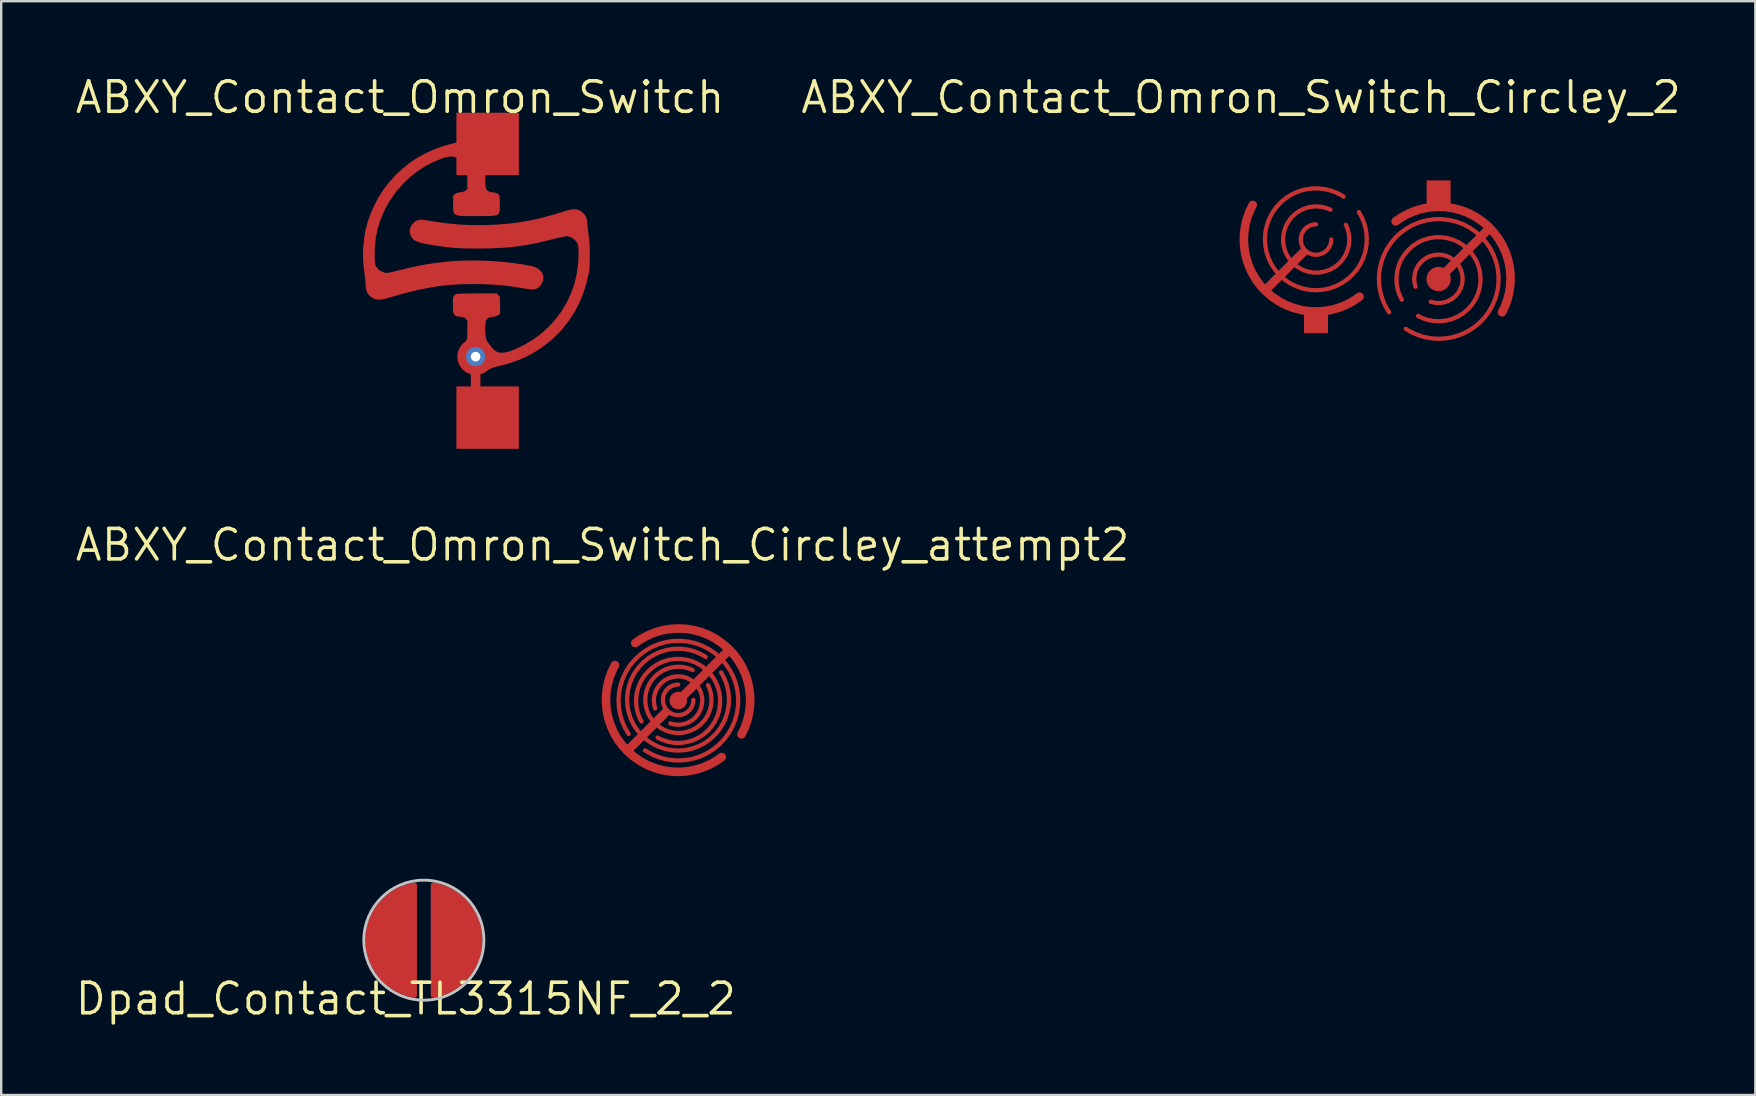
<source format=kicad_pcb>
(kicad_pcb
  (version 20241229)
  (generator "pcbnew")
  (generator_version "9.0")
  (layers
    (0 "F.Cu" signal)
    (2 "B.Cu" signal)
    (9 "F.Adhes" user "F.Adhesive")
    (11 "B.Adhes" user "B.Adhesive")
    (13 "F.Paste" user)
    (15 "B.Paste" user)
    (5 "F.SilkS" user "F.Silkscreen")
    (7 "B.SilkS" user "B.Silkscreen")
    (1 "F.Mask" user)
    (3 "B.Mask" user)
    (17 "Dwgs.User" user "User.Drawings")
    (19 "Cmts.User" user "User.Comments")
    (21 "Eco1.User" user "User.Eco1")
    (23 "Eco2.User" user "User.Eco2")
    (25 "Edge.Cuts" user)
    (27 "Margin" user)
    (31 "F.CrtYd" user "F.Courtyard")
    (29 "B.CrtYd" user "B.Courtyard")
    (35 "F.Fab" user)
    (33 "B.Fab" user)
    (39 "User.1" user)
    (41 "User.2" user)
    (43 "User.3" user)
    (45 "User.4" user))
  (footprint "Dpad_Contact_TL3315NF_2_2"
    (layer "F.Cu")
    (at 14.607 36.116)
    (property "Reference" "Dpad_Contact_TL3315NF_2_2" (at -0.751 2.442 0) (layer "F.SilkS") (effects (font (size 1.27 1.27) (thickness 0.15))))
    (attr through_hole)
    (fp_circle (center 0 0) (end 2.53 -0.05) (stroke (width 0.12) (type solid)) (fill yes) (layer "F.Mask"))
    (fp_circle (center 0 0) (end 0 -2.5) (stroke (width 0.12) (type solid)) (fill no) (layer "Dwgs.User"))
    (pad "1" smd custom (at 1.632 0 90) (size 1.524 1.524) (layers "F.Cu" "F.Mask" "F.Paste") (options (anchor circle)) (primitives (gr_poly (pts (xy 2.304 -1.248) (xy 2.278 -1.1) (xy 2.193 -0.813) (xy 2.072 -0.539) (xy 1.917 -0.283) (xy 1.731 -0.048) (xy 1.515 0.16) (xy 1.275 0.34) (xy 1.014 0.487) (xy 0.737 0.6) (xy 0.447 0.676) (xy 0.15 0.714) (xy -0.15 0.714) (xy -0.447 0.676) (xy -0.737 0.6) (xy -1.014 0.487) (xy -1.275 0.34) (xy -1.515 0.16) (xy -1.731 -0.048) (xy -1.917 -0.283) (xy -2.072 -0.539) (xy -2.193 -0.813) (xy -2.278 -1.1) (xy -2.304 -1.248)) (width 0.192) (fill yes))))
    (pad "2" smd custom (at -1.632 0 90) (size 1.524 1.524) (layers "F.Cu" "F.Mask" "F.Paste") (options (anchor circle)) (primitives (gr_poly (pts (xy 2.304 1.248) (xy 2.278 1.1) (xy 2.193 0.813) (xy 2.072 0.539) (xy 1.917 0.283) (xy 1.731 0.048) (xy 1.515 -0.16) (xy 1.275 -0.34) (xy 1.014 -0.487) (xy 0.737 -0.6) (xy 0.447 -0.676) (xy 0.15 -0.714) (xy -0.15 -0.714) (xy -0.447 -0.676) (xy -0.737 -0.6) (xy -1.014 -0.487) (xy -1.275 -0.34) (xy -1.515 -0.16) (xy -1.731 0.048) (xy -1.917 0.283) (xy -2.072 0.539) (xy -2.193 0.813) (xy -2.278 1.1) (xy -2.304 1.248)) (width 0.192) (fill yes))))
    (zone (net_name "") (layer "F.Cu") (hatch edge 0.5) (connect_pads) (min_thickness 0.25) (filled_areas_thickness no) (keepout (tracks allowed) (vias allowed) (pads allowed) (copperpour not_allowed) (footprints allowed)) (placement (enabled no)) (fill) (polygon (pts (xy 14.107 33.116) (xy 15.107 33.116) (xy 15.107 39.116) (xy 14.107 39.116)))))
  (footprint "ABXY_Contact_Omron_Switch"
    (layer "F.Cu")
    (at 16.764 7.506)
    (property "Reference" "ABXY_Contact_Omron_Switch" (at -3.15 -6.5 0) (layer "F.SilkS") (effects (font (size 1.27 1.27) (thickness 0.15))))
    (attr through_hole)
    (fp_rect (start -0.8 -5.86) (end 1.8 -3.26) (stroke (width 0) (type solid)) (fill yes) (layer "F.Mask"))
    (fp_rect (start -0.8 5.54) (end 1.8 8.14) (stroke (width 0) (type solid)) (fill yes) (layer "F.Mask"))
    (fp_circle (center 0 0) (end 3.5 0) (stroke (width 0.12) (type solid)) (fill yes) (layer "F.Mask"))
    (pad "1" smd custom (at 0 -4.2) (size 1.524 1.524) (layers "F.Cu" "F.Mask" "F.Paste") (options (anchor circle)) (primitives (gr_rect (start -0.8 -1.66) (end 1.8 0.94) (width 0) (fill yes)) (gr_poly (pts (xy 0.252 -0.691) (xy 0.406 -0.622) (xy 0.542 -0.517) (xy 0.562 -0.495) (xy 0.646 -0.394) (xy 0.702 -0.297) (xy 0.735 -0.19) (xy 0.749 -0.061) (xy 0.75 0.007) (xy 0.748 0.108) (xy 0.742 0.179) (xy 0.729 0.235) (xy 0.707 0.289) (xy 0.694 0.315) (xy 0.647 0.392) (xy 0.588 0.478) (xy 0.55 0.527) (xy 0.494 0.603) (xy 0.453 0.683) (xy 0.424 0.775) (xy 0.407 0.887) (xy 0.398 1.027) (xy 0.396 1.134) (xy 0.398 1.282) (xy 0.406 1.394) (xy 0.423 1.478) (xy 0.451 1.54) (xy 0.49 1.586) (xy 0.532 1.616) (xy 0.614 1.648) (xy 0.697 1.659) (xy 0.796 1.671) (xy 0.884 1.701) (xy 0.951 1.746) (xy 0.987 1.799) (xy 0.987 1.8) (xy 0.993 1.842) (xy 0.998 1.917) (xy 1.002 2.016) (xy 1.004 2.128) (xy 1.004 2.167) (xy 1.004 2.278) (xy 1.003 2.371) (xy 0.996 2.447) (xy 0.98 2.506) (xy 0.952 2.552) (xy 0.907 2.587) (xy 0.842 2.61) (xy 0.754 2.626) (xy 0.638 2.635) (xy 0.492 2.639) (xy 0.311 2.641) (xy 0.092 2.641) (xy 0.051 2.641) (xy -0.178 2.642) (xy -0.369 2.641) (xy -0.525 2.638) (xy -0.649 2.63) (xy -0.745 2.615) (xy -0.817 2.592) (xy -0.867 2.558) (xy -0.901 2.512) (xy -0.921 2.451) (xy -0.93 2.375) (xy -0.933 2.28) (xy -0.933 2.166) (xy -0.933 2.119) (xy -0.933 1.803) (xy -0.874 1.744) (xy -0.791 1.69) (xy -0.725 1.672) (xy -0.642 1.659) (xy -0.556 1.647) (xy -0.548 1.645) (xy -0.451 1.612) (xy -0.399 1.573) (xy -0.34 1.514) (xy -0.341 1.136) (xy -0.342 0.974) (xy -0.349 0.846) (xy -0.363 0.742) (xy -0.389 0.656) (xy -0.429 0.577) (xy -0.486 0.498) (xy -0.564 0.409) (xy -0.632 0.338) (xy -0.732 0.248) (xy -0.835 0.189) (xy -0.946 0.16) (xy -1.073 0.159) (xy -1.221 0.185) (xy -1.372 0.23) (xy -1.74 0.375) (xy -2.094 0.558) (xy -2.43 0.777) (xy -2.747 1.028) (xy -3.041 1.309) (xy -3.308 1.616) (xy -3.545 1.948) (xy -3.75 2.302) (xy -3.809 2.421) (xy -3.966 2.79) (xy -4.083 3.164) (xy -4.162 3.547) (xy -4.204 3.944) (xy -4.21 4.339) (xy -4.207 4.463) (xy -4.203 4.554) (xy -4.196 4.619) (xy -4.186 4.667) (xy -4.171 4.707) (xy -4.151 4.747) (xy -4.15 4.748) (xy -4.064 4.86) (xy -3.949 4.946) (xy -3.816 5.001) (xy -3.8 5.005) (xy -3.762 5.013) (xy -3.727 5.017) (xy -3.688 5.018) (xy -3.641 5.013) (xy -3.578 5.001) (xy -3.495 4.983) (xy -3.385 4.957) (xy -3.243 4.922) (xy -3.159 4.901) (xy -2.824 4.82) (xy -2.519 4.751) (xy -2.233 4.694) (xy -1.956 4.646) (xy -1.677 4.605) (xy -1.386 4.569) (xy -1.208 4.55) (xy -0.789 4.517) (xy -0.345 4.501) (xy 0.114 4.502) (xy 0.58 4.518) (xy 1.042 4.55) (xy 1.493 4.596) (xy 1.922 4.657) (xy 2.322 4.731) (xy 2.365 4.741) (xy 2.513 4.79) (xy 2.635 4.865) (xy 2.73 4.961) (xy 2.792 5.074) (xy 2.817 5.2) (xy 2.817 5.212) (xy 2.8 5.339) (xy 2.751 5.458) (xy 2.677 5.561) (xy 2.584 5.641) (xy 2.478 5.689) (xy 2.457 5.694) (xy 2.387 5.698) (xy 2.281 5.692) (xy 2.138 5.675) (xy 1.956 5.648) (xy 1.776 5.617) (xy 1.423 5.562) (xy 1.039 5.52) (xy 0.633 5.491) (xy 0.214 5.475) (xy -0.208 5.472) (xy -0.624 5.481) (xy -1.024 5.505) (xy -1.4 5.542) (xy -1.42 5.544) (xy -1.774 5.596) (xy -2.153 5.666) (xy -2.543 5.75) (xy -2.931 5.845) (xy -3.303 5.95) (xy -3.462 5.999) (xy -3.665 6.059) (xy -3.835 6.099) (xy -3.977 6.119) (xy -4.093 6.121) (xy -4.189 6.104) (xy -4.252 6.078) (xy -4.388 5.986) (xy -4.487 5.873) (xy -4.549 5.738) (xy -4.576 5.582) (xy -4.577 5.533) (xy -4.58 5.448) (xy -4.589 5.337) (xy -4.601 5.213) (xy -4.617 5.092) (xy -4.655 4.792) (xy -4.679 4.523) (xy -4.688 4.274) (xy -4.684 4.038) (xy -4.678 3.95) (xy -4.639 3.568) (xy -4.575 3.212) (xy -4.485 2.871) (xy -4.365 2.535) (xy -4.226 2.219) (xy -4.051 1.884) (xy -3.86 1.579) (xy -3.645 1.293) (xy -3.398 1.014) (xy -3.304 0.917) (xy -3.039 0.669) (xy -2.77 0.452) (xy -2.488 0.26) (xy -2.18 0.084) (xy -2.002 -0.005) (xy -1.796 -0.099) (xy -1.594 -0.181) (xy -1.383 -0.253) (xy -1.152 -0.321) (xy -0.943 -0.375) (xy -0.786 -0.416) (xy -0.665 -0.453) (xy -0.573 -0.487) (xy -0.506 -0.521) (xy -0.499 -0.526) (xy -0.386 -0.595) (xy -0.299 -0.644) (xy -0.227 -0.677) (xy -0.163 -0.698) (xy -0.095 -0.712) (xy -0.094 -0.713) (xy 0.084 -0.722) (xy 0.252 -0.691)) (width 0.01) (fill yes))))
    (pad "2" thru_hole circle (at 0 4.3) (size 0.8 0.8) (drill 0.4) (layers "*.Cu" "*.Mask"))
    (pad "2" smd custom (at 0 4.3) (size 1.524 1.524) (layers "F.Cu" "F.Mask" "F.Paste") (options (anchor circle)) (primitives (gr_line (start 0 0) (end 0 2) (width 0.4)) (gr_rect (start -0.8 1.24) (end 1.8 3.84) (width 0) (fill yes)) (gr_poly (pts (xy 4.221 -6.125) (xy 4.302 -6.099) (xy 4.377 -6.056) (xy 4.451 -5.996) (xy 4.472 -5.977) (xy 4.532 -5.914) (xy 4.576 -5.852) (xy 4.608 -5.781) (xy 4.63 -5.693) (xy 4.646 -5.578) (xy 4.656 -5.462) (xy 4.668 -5.333) (xy 4.683 -5.196) (xy 4.699 -5.069) (xy 4.713 -4.98) (xy 4.726 -4.897) (xy 4.735 -4.804) (xy 4.742 -4.694) (xy 4.747 -4.56) (xy 4.749 -4.396) (xy 4.75 -4.238) (xy 4.749 -4.063) (xy 4.748 -3.923) (xy 4.745 -3.809) (xy 4.739 -3.715) (xy 4.732 -3.633) (xy 4.721 -3.555) (xy 4.707 -3.473) (xy 4.703 -3.452) (xy 4.596 -3) (xy 4.453 -2.568) (xy 4.275 -2.158) (xy 4.063 -1.771) (xy 3.817 -1.409) (xy 3.539 -1.072) (xy 3.228 -0.762) (xy 2.887 -0.48) (xy 2.525 -0.233) (xy 2.272 -0.087) (xy 2.014 0.042) (xy 1.741 0.156) (xy 1.447 0.257) (xy 1.125 0.351) (xy 0.858 0.417) (xy 0.713 0.458) (xy 0.587 0.515) (xy 0.516 0.556) (xy 0.435 0.605) (xy 0.359 0.647) (xy 0.301 0.677) (xy 0.292 0.681) (xy 0.186 0.71) (xy 0.062 0.723) (xy -0.061 0.719) (xy -0.088 0.715) (xy -0.231 0.671) (xy -0.369 0.593) (xy -0.491 0.489) (xy -0.587 0.367) (xy -0.611 0.322) (xy -0.664 0.173) (xy -0.683 0.008) (xy -0.676 -0.109) (xy -0.658 -0.205) (xy -0.63 -0.287) (xy -0.587 -0.369) (xy -0.52 -0.464) (xy -0.496 -0.496) (xy -0.443 -0.566) (xy -0.404 -0.626) (xy -0.377 -0.684) (xy -0.358 -0.749) (xy -0.347 -0.829) (xy -0.342 -0.931) (xy -0.34 -1.063) (xy -0.34 -1.139) (xy -0.34 -1.512) (xy -0.409 -1.58) (xy -0.451 -1.617) (xy -0.493 -1.64) (xy -0.55 -1.654) (xy -0.633 -1.663) (xy -0.735 -1.676) (xy -0.812 -1.696) (xy -0.867 -1.728) (xy -0.905 -1.78) (xy -0.927 -1.855) (xy -0.939 -1.959) (xy -0.943 -2.098) (xy -0.943 -2.153) (xy -0.943 -2.275) (xy -0.94 -2.362) (xy -0.934 -2.424) (xy -0.925 -2.469) (xy -0.91 -2.505) (xy -0.9 -2.523) (xy -0.863 -2.574) (xy -0.817 -2.6) (xy -0.762 -2.612) (xy -0.72 -2.615) (xy -0.64 -2.618) (xy -0.529 -2.621) (xy -0.392 -2.624) (xy -0.235 -2.626) (xy -0.063 -2.627) (xy 0.106 -2.628) (xy 0.88 -2.629) (xy 0.942 -2.565) (xy 1.004 -2.5) (xy 1.011 -2.145) (xy 1.017 -1.79) (xy 0.935 -1.733) (xy 0.861 -1.694) (xy 0.766 -1.668) (xy 0.698 -1.657) (xy 0.61 -1.644) (xy 0.551 -1.626) (xy 0.507 -1.6) (xy 0.479 -1.574) (xy 0.447 -1.539) (xy 0.427 -1.503) (xy 0.414 -1.454) (xy 0.405 -1.38) (xy 0.4 -1.324) (xy 0.394 -1.189) (xy 0.396 -1.05) (xy 0.405 -0.919) (xy 0.42 -0.803) (xy 0.44 -0.714) (xy 0.454 -0.68) (xy 0.493 -0.616) (xy 0.549 -0.534) (xy 0.616 -0.446) (xy 0.682 -0.365) (xy 0.738 -0.302) (xy 0.758 -0.283) (xy 0.849 -0.216) (xy 0.948 -0.173) (xy 1.058 -0.155) (xy 1.184 -0.162) (xy 1.332 -0.193) (xy 1.505 -0.25) (xy 1.664 -0.312) (xy 2.046 -0.495) (xy 2.408 -0.713) (xy 2.745 -0.964) (xy 3.056 -1.247) (xy 3.338 -1.558) (xy 3.589 -1.897) (xy 3.597 -1.91) (xy 3.808 -2.269) (xy 3.983 -2.646) (xy 4.12 -3.04) (xy 4.218 -3.445) (xy 4.276 -3.858) (xy 4.294 -4.275) (xy 4.292 -4.346) (xy 4.289 -4.467) (xy 4.284 -4.555) (xy 4.278 -4.618) (xy 4.267 -4.664) (xy 4.251 -4.704) (xy 4.229 -4.745) (xy 4.226 -4.751) (xy 4.149 -4.849) (xy 4.048 -4.932) (xy 3.934 -4.991) (xy 3.82 -5.02) (xy 3.789 -5.021) (xy 3.746 -5.016) (xy 3.669 -5.002) (xy 3.564 -4.979) (xy 3.439 -4.951) (xy 3.301 -4.917) (xy 3.213 -4.895) (xy 2.814 -4.798) (xy 2.443 -4.717) (xy 2.09 -4.651) (xy 1.748 -4.599) (xy 1.405 -4.56) (xy 1.053 -4.533) (xy 0.682 -4.516) (xy 0.283 -4.508) (xy 0.094 -4.507) (xy -0.186 -4.509) (xy -0.433 -4.513) (xy -0.656 -4.521) (xy -0.864 -4.534) (xy -1.067 -4.552) (xy -1.273 -4.575) (xy -1.492 -4.604) (xy -1.674 -4.631) (xy -1.904 -4.668) (xy -2.095 -4.704) (xy -2.253 -4.739) (xy -2.38 -4.775) (xy -2.481 -4.816) (xy -2.559 -4.861) (xy -2.619 -4.914) (xy -2.665 -4.977) (xy -2.699 -5.05) (xy -2.725 -5.125) (xy -2.742 -5.227) (xy -2.73 -5.325) (xy -2.685 -5.43) (xy -2.642 -5.5) (xy -2.55 -5.602) (xy -2.438 -5.669) (xy -2.311 -5.698) (xy -2.282 -5.699) (xy -2.226 -5.695) (xy -2.138 -5.685) (xy -2.027 -5.67) (xy -1.903 -5.651) (xy -1.815 -5.636) (xy -1.275 -5.556) (xy -0.753 -5.502) (xy -0.234 -5.474) (xy 0.296 -5.471) (xy 0.39 -5.473) (xy 0.904 -5.495) (xy 1.39 -5.535) (xy 1.86 -5.596) (xy 2.322 -5.679) (xy 2.789 -5.785) (xy 3.271 -5.918) (xy 3.534 -5.999) (xy 3.727 -6.057) (xy 3.887 -6.1) (xy 4.019 -6.125) (xy 4.128 -6.133) (xy 4.221 -6.125)) (width 0.01) (fill yes)))))
  (footprint "ABXY_Contact_Omron_Switch_Circley_2"
    (layer "F.Cu")
    (at 51.801 7.506)
    (property "Reference" "ABXY_Contact_Omron_Switch_Circley_2" (at -3.15 -6.5 0) (layer "F.SilkS") (effects (font (size 1.27 1.27) (thickness 0.15))))
    (attr through_hole)
    (fp_circle (center -0.029 -0.628) (end 3.171 -0.628) (stroke (width 0.12) (type solid)) (fill yes) (layer "F.Mask"))
    (pad "1" smd custom (at 5.08 -2.54) (size 1 1) (layers "F.Cu" "F.Mask" "F.Paste") (options (anchor rect)) (primitives (gr_arc (start -1.791325 1.20585) (mid 1.949023 1.313749) (end 2.643617 4.990621) (width 0.3628)) (gr_line (start 0 3.609) (end 2.095 1.514) (width 0.363)) (gr_arc (start -2.063425 4.992575) (mid 1.761528 1.837585) (end -1.371069 5.680899) (width 0.1814)) (gr_arc (start -0.96142 3.92685) (mid 0.702596 2.886389) (end -0.332542 4.553721) (width 0.1814)) (gr_circle (center 0 3.609) (end 0.509 3.609) (width 0) (fill yes)) (gr_arc (start -1.53283 4.47105) (mid 1.230011 2.376558) (end -0.858156 5.144183) (width 0.1814))))
    (pad "2" smd custom (at -0.029 2.823) (size 1 1) (layers "F.Cu" "F.Mask" "F.Paste") (options (anchor rect)) (primitives (gr_line (start -0.517 -2.883) (end -2.086 -1.314) (width 0.363)) (gr_arc (start 1.24259 -4.01686) (mid -0.956978 -2.417451) (end 0.603982 -4.64447) (width 0.1814)) (gr_arc (start 0.6349 -3.4001) (mid -0.448942 -2.951158) (end 0 -4.035) (width 0.1814)) (gr_arc (start 1.78679 -4.54292) (mid -1.514449 -1.921284) (end 1.149674 -5.188332) (width 0.1814)) (gr_arc (start 1.814 -1.019225) (mid -1.95984 -1.127134) (end -2.635673 -4.841534) (width 0.3628))))
    (zone (net_name "") (layer "F.Cu") (hatch edge 0.508) (connect_pads) (min_thickness 0.254) (filled_areas_thickness no) (keepout (tracks allowed) (vias allowed) (pads allowed) (copperpour not_allowed) (footprints allowed)) (placement (enabled no)) (fill) (polygon (pts (xy 55.764 6.878) (xy 55.745 6.491) (xy 55.688 6.108) (xy 55.595 5.732) (xy 55.465 5.368) (xy 55.3 5.017) (xy 55.101 4.684) (xy 54.872 4.373) (xy 54.612 4.085) (xy 54.326 3.824) (xy 54.016 3.592) (xy 53.685 3.391) (xy 53.336 3.224) (xy 52.972 3.091) (xy 52.596 2.995) (xy 52.214 2.935) (xy 51.827 2.914) (xy 51.44 2.93) (xy 51.056 2.984) (xy 50.68 3.075) (xy 50.314 3.202) (xy 49.963 3.365) (xy 49.628 3.561) (xy 49.315 3.789) (xy 49.025 4.046) (xy 48.762 4.33) (xy 48.528 4.638) (xy 48.325 4.968) (xy 48.155 5.317) (xy 48.02 5.68) (xy 47.921 6.054) (xy 47.859 6.436) (xy 47.835 6.823) (xy 47.849 7.21) (xy 47.9 7.594) (xy 47.988 7.971) (xy 48.113 8.338) (xy 48.273 8.691) (xy 48.467 9.026) (xy 48.692 9.341) (xy 48.947 9.632) (xy 49.23 9.897) (xy 49.537 10.134) (xy 49.865 10.339) (xy 50.212 10.511) (xy 50.574 10.649) (xy 50.948 10.75) (xy 51.33 10.815) (xy 51.716 10.842) (xy 52.103 10.831) (xy 52.488 10.783) (xy 52.865 10.697) (xy 53.233 10.575) (xy 53.587 10.417) (xy 53.924 10.226) (xy 54.24 10.002) (xy 54.533 9.749) (xy 54.8 9.469) (xy 55.039 9.164) (xy 55.246 8.837) (xy 55.421 8.491) (xy 55.561 8.13) (xy 55.665 7.757) (xy 55.733 7.375) (xy 55.762 6.989)))))
  (footprint "ABXY_Contact_Omron_Switch_Circley_attempt2"
    (layer "F.Cu")
    (at 25.201 26.152)
    (property "Reference" "ABXY_Contact_Omron_Switch_Circley_attempt2" (at -3.15 -6.5 0) (layer "F.SilkS") (effects (font (size 1.27 1.27) (thickness 0.15))))
    (attr smd)
    (fp_circle (center 0 0) (end 3.175 0) (stroke (width 0.12) (type solid)) (fill yes) (layer "F.Mask"))
    (pad "1" smd custom (at 0.004 -3.019) (size 0.3 0.3) (layers "F.Cu" "F.Mask" "F.Paste") (options (anchor circle)) (primitives (gr_arc (start -1.791602 0.606067) (mid 1.95526 0.719062) (end 2.636622 4.405183) (width 0.362856)) (gr_line (start 0 3.01) (end 2.095 0.914) (width 0.363)) (gr_arc (start -2.063743 4.393377) (mid 1.766421 1.242509) (end -1.382136 5.074573) (width 0.181428)) (gr_arc (start -0.961568 3.327487) (mid 0.703327 2.287487) (end -0.334258 3.953888) (width 0.181428)) (gr_circle (center 0 3) (end 0.366 3) (width 0) (fill yes)) (gr_arc (start -1.533067 3.871771) (mid 1.231282 1.778035) (end -0.860956 4.543518) (width 0.181428))))
    (pad "2" smd custom (at 0 2.955) (size 0.3 0.3) (layers "F.Cu" "F.Mask" "F.Paste") (options (anchor circle)) (primitives (gr_arc (start 1.81428 -0.61946) (mid -1.96411 -0.7308) (end -2.631036 -4.45153) (width 0.362856)) (gr_line (start -0.517 -2.484) (end -2.086 -0.914) (width 0.363)) (gr_arc (start 1.242782 -3.617557) (mid -0.957125 -2.017901) (end 0.604075 -4.245264) (width 0.181428)) (gr_arc (start 0.634998 -3.000702) (mid -0.449011 -2.551691) (end 0 -3.6357) (width 0.181428)) (gr_arc (start 1.787066 -4.143698) (mid -1.513382 -1.520343) (end 1.146747 -4.791224) (width 0.181428))))
    (zone (net_name "") (layer "F.Cu") (hatch edge 0.508) (connect_pads) (min_thickness 0.254) (filled_areas_thickness no) (keepout (tracks allowed) (vias allowed) (pads allowed) (copperpour not_allowed) (footprints allowed)) (placement (enabled no)) (fill) (polygon (pts (xy 29.165 26.152) (xy 29.147 25.766) (xy 29.09 25.382) (xy 28.996 25.007) (xy 28.866 24.642) (xy 28.701 24.291) (xy 28.503 23.958) (xy 28.273 23.647) (xy 28.014 23.359) (xy 27.728 23.098) (xy 27.418 22.866) (xy 27.087 22.665) (xy 26.737 22.498) (xy 26.373 22.365) (xy 25.998 22.269) (xy 25.615 22.21) (xy 25.229 22.188) (xy 24.842 22.204) (xy 24.458 22.258) (xy 24.081 22.349) (xy 23.716 22.477) (xy 23.364 22.639) (xy 23.03 22.835) (xy 22.717 23.063) (xy 22.427 23.32) (xy 22.164 23.604) (xy 21.93 23.913) (xy 21.727 24.242) (xy 21.557 24.591) (xy 21.422 24.954) (xy 21.323 25.328) (xy 21.261 25.71) (xy 21.237 26.097) (xy 21.25 26.484) (xy 21.301 26.868) (xy 21.39 27.245) (xy 21.515 27.612) (xy 21.675 27.965) (xy 21.868 28.3) (xy 22.094 28.615) (xy 22.349 28.906) (xy 22.631 29.172) (xy 22.938 29.408) (xy 23.267 29.613) (xy 23.614 29.785) (xy 23.976 29.923) (xy 24.35 30.024) (xy 24.731 30.089) (xy 25.118 30.116) (xy 25.505 30.105) (xy 25.889 30.057) (xy 26.267 29.971) (xy 26.635 29.849) (xy 26.988 29.691) (xy 27.325 29.5) (xy 27.642 29.277) (xy 27.935 29.023) (xy 28.202 28.743) (xy 28.44 28.438) (xy 28.648 28.111) (xy 28.823 27.765) (xy 28.963 27.404) (xy 29.067 27.031) (xy 29.134 26.649) (xy 29.164 26.263)))))
  (gr_rect
    (start -3 -3)
    (end 70.073 42.565)
    (stroke (width 0.1) (type default))
    (fill no)
    (layer "Edge.Cuts")))
</source>
